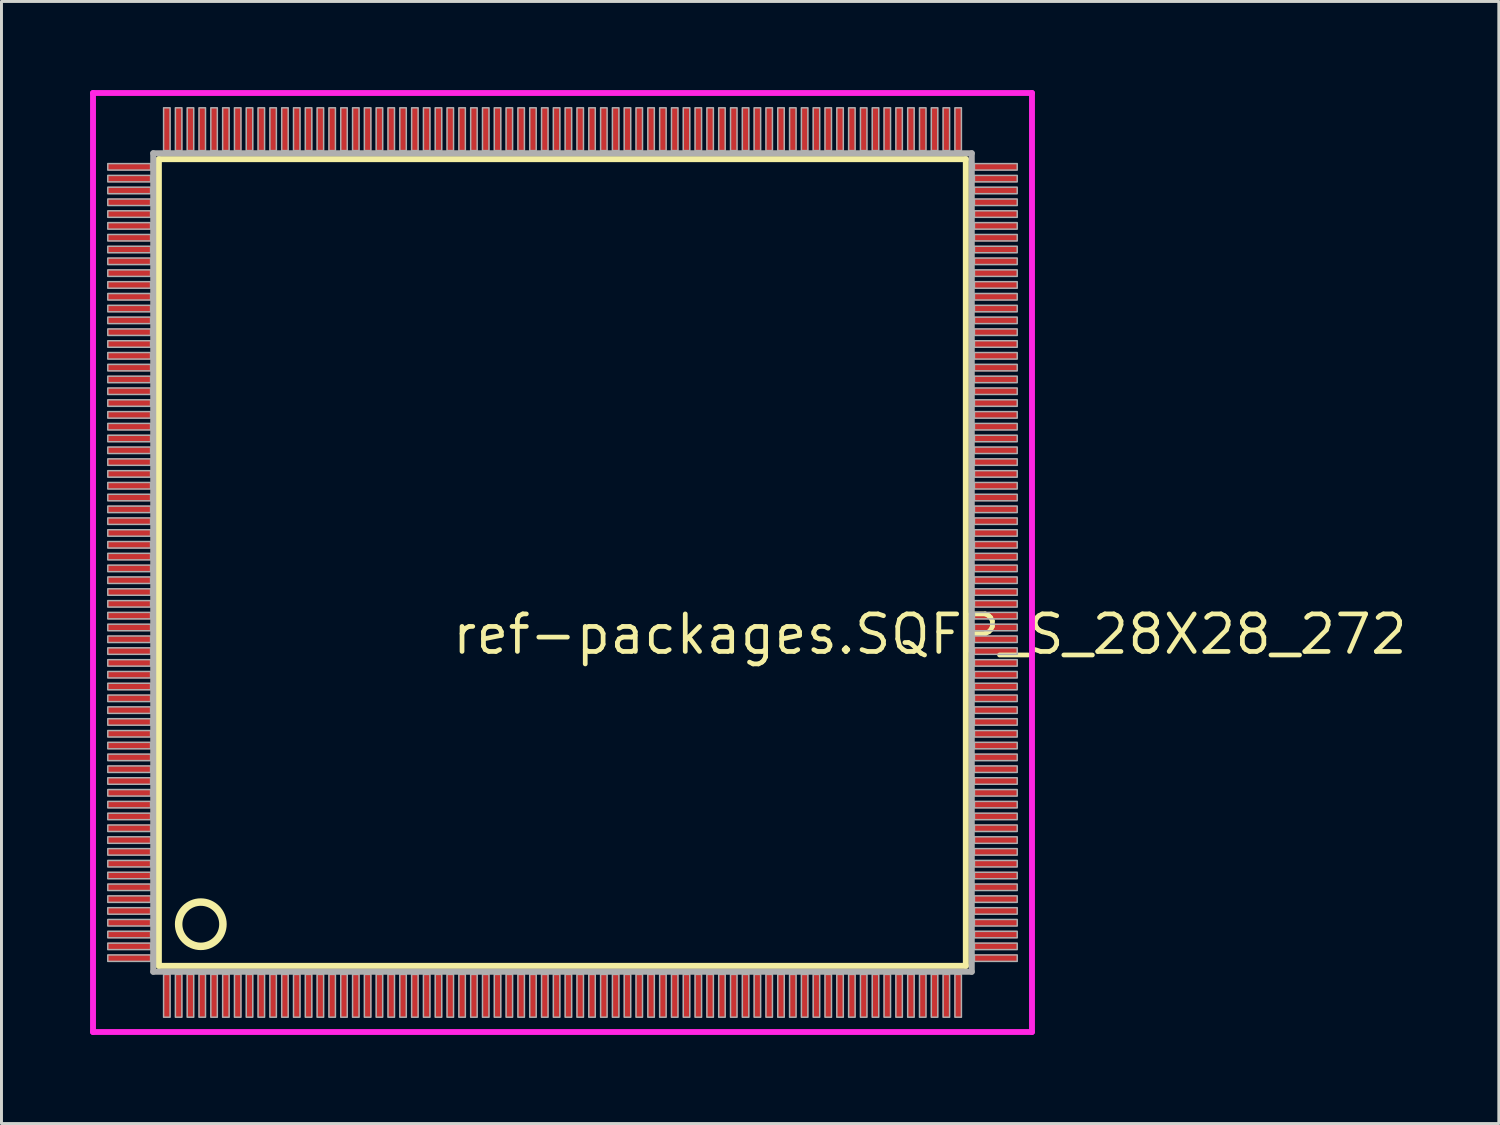
<source format=kicad_pcb>
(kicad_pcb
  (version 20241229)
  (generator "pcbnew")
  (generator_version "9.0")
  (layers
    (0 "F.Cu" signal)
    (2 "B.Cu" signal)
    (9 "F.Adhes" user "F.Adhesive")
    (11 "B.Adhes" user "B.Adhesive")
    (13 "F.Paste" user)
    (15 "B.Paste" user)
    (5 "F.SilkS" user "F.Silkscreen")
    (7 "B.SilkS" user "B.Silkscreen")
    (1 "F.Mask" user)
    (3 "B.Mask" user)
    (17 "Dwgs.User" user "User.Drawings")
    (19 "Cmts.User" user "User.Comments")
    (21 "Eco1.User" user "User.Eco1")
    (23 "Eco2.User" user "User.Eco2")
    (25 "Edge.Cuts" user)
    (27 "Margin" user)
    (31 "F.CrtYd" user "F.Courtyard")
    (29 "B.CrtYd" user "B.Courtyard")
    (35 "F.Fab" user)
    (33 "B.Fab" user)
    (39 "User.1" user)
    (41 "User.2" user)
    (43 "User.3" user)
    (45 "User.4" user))
  (footprint "ref-packages.SQFP_S_28X28_272"
    (layer "F.Cu")
    (at 16 16)
    (property "Reference" "ref-packages.SQFP_S_28X28_272" (at -3.81 3.175 0) (layer "F.SilkS") (effects (font (size 1.27 1.27) (thickness 0.16)) (justify left bottom)))
    (attr smd)
    (fp_line (start -13.67 -13.66) (end 13.66 -13.66) (stroke (width 0.203) (type default)) (layer "F.SilkS"))
    (fp_line (start -13.67 13.66) (end -13.67 -13.66) (stroke (width 0.203) (type default)) (layer "F.SilkS"))
    (fp_line (start 13.66 -13.66) (end 13.66 13.66) (stroke (width 0.203) (type default)) (layer "F.SilkS"))
    (fp_line (start 13.66 13.66) (end -13.67 13.66) (stroke (width 0.203) (type default)) (layer "F.SilkS"))
    (fp_circle (center -12.25 12.25) (end -11.5 12.25) (stroke (width 0.254) (type default)) (fill no) (layer "F.SilkS"))
    (fp_line (start -15.9 -15.9) (end 15.9 -15.9) (stroke (width 0.2) (type default)) (layer "F.CrtYd"))
    (fp_line (start -15.9 15.9) (end -15.9 -15.9) (stroke (width 0.2) (type default)) (layer "F.CrtYd"))
    (fp_line (start 15.9 -15.9) (end 15.9 15.9) (stroke (width 0.2) (type default)) (layer "F.CrtYd"))
    (fp_line (start 15.9 15.9) (end -15.9 15.9) (stroke (width 0.2) (type default)) (layer "F.CrtYd"))
    (fp_line (start -13.86 -13.86) (end -13.86 13.86) (stroke (width 0.203) (type default)) (layer "F.Fab"))
    (fp_line (start -13.86 13.86) (end 13.86 13.86) (stroke (width 0.203) (type default)) (layer "F.Fab"))
    (fp_line (start 13.86 -13.86) (end -13.86 -13.86) (stroke (width 0.203) (type default)) (layer "F.Fab"))
    (fp_line (start 13.86 13.86) (end 13.86 -13.86) (stroke (width 0.203) (type default)) (layer "F.Fab"))
    (fp_rect (start -15.4 -13.29) (end -13.95 -13.51) (stroke (width 0.05) (type default)) (fill no) (layer "F.Fab"))
    (fp_rect (start -15.4 -12.89) (end -13.95 -13.11) (stroke (width 0.05) (type default)) (fill no) (layer "F.Fab"))
    (fp_rect (start -15.4 -12.49) (end -13.95 -12.71) (stroke (width 0.05) (type default)) (fill no) (layer "F.Fab"))
    (fp_rect (start -15.4 -12.09) (end -13.95 -12.31) (stroke (width 0.05) (type default)) (fill no) (layer "F.Fab"))
    (fp_rect (start -15.4 -11.69) (end -13.95 -11.91) (stroke (width 0.05) (type default)) (fill no) (layer "F.Fab"))
    (fp_rect (start -15.4 -11.29) (end -13.95 -11.51) (stroke (width 0.05) (type default)) (fill no) (layer "F.Fab"))
    (fp_rect (start -15.4 -10.89) (end -13.95 -11.11) (stroke (width 0.05) (type default)) (fill no) (layer "F.Fab"))
    (fp_rect (start -15.4 -10.49) (end -13.95 -10.71) (stroke (width 0.05) (type default)) (fill no) (layer "F.Fab"))
    (fp_rect (start -15.4 -10.09) (end -13.95 -10.31) (stroke (width 0.05) (type default)) (fill no) (layer "F.Fab"))
    (fp_rect (start -15.4 -9.69) (end -13.95 -9.91) (stroke (width 0.05) (type default)) (fill no) (layer "F.Fab"))
    (fp_rect (start -15.4 -9.29) (end -13.95 -9.51) (stroke (width 0.05) (type default)) (fill no) (layer "F.Fab"))
    (fp_rect (start -15.4 -8.89) (end -13.95 -9.11) (stroke (width 0.05) (type default)) (fill no) (layer "F.Fab"))
    (fp_rect (start -15.4 -8.49) (end -13.95 -8.71) (stroke (width 0.05) (type default)) (fill no) (layer "F.Fab"))
    (fp_rect (start -15.4 -8.09) (end -13.95 -8.31) (stroke (width 0.05) (type default)) (fill no) (layer "F.Fab"))
    (fp_rect (start -15.4 -7.69) (end -13.95 -7.91) (stroke (width 0.05) (type default)) (fill no) (layer "F.Fab"))
    (fp_rect (start -15.4 -7.29) (end -13.95 -7.51) (stroke (width 0.05) (type default)) (fill no) (layer "F.Fab"))
    (fp_rect (start -15.4 -6.89) (end -13.95 -7.11) (stroke (width 0.05) (type default)) (fill no) (layer "F.Fab"))
    (fp_rect (start -15.4 -6.49) (end -13.95 -6.71) (stroke (width 0.05) (type default)) (fill no) (layer "F.Fab"))
    (fp_rect (start -15.4 -6.09) (end -13.95 -6.31) (stroke (width 0.05) (type default)) (fill no) (layer "F.Fab"))
    (fp_rect (start -15.4 -5.69) (end -13.95 -5.91) (stroke (width 0.05) (type default)) (fill no) (layer "F.Fab"))
    (fp_rect (start -15.4 -5.29) (end -13.95 -5.51) (stroke (width 0.05) (type default)) (fill no) (layer "F.Fab"))
    (fp_rect (start -15.4 -4.89) (end -13.95 -5.11) (stroke (width 0.05) (type default)) (fill no) (layer "F.Fab"))
    (fp_rect (start -15.4 -4.49) (end -13.95 -4.71) (stroke (width 0.05) (type default)) (fill no) (layer "F.Fab"))
    (fp_rect (start -15.4 -4.09) (end -13.95 -4.31) (stroke (width 0.05) (type default)) (fill no) (layer "F.Fab"))
    (fp_rect (start -15.4 -3.69) (end -13.95 -3.91) (stroke (width 0.05) (type default)) (fill no) (layer "F.Fab"))
    (fp_rect (start -15.4 -3.29) (end -13.95 -3.51) (stroke (width 0.05) (type default)) (fill no) (layer "F.Fab"))
    (fp_rect (start -15.4 -2.89) (end -13.95 -3.11) (stroke (width 0.05) (type default)) (fill no) (layer "F.Fab"))
    (fp_rect (start -15.4 -2.49) (end -13.95 -2.71) (stroke (width 0.05) (type default)) (fill no) (layer "F.Fab"))
    (fp_rect (start -15.4 -2.09) (end -13.95 -2.31) (stroke (width 0.05) (type default)) (fill no) (layer "F.Fab"))
    (fp_rect (start -15.4 -1.69) (end -13.95 -1.91) (stroke (width 0.05) (type default)) (fill no) (layer "F.Fab"))
    (fp_rect (start -15.4 -1.29) (end -13.95 -1.51) (stroke (width 0.05) (type default)) (fill no) (layer "F.Fab"))
    (fp_rect (start -15.4 -0.89) (end -13.95 -1.11) (stroke (width 0.05) (type default)) (fill no) (layer "F.Fab"))
    (fp_rect (start -15.4 -0.49) (end -13.95 -0.71) (stroke (width 0.05) (type default)) (fill no) (layer "F.Fab"))
    (fp_rect (start -15.4 -0.09) (end -13.95 -0.31) (stroke (width 0.05) (type default)) (fill no) (layer "F.Fab"))
    (fp_rect (start -15.4 0.31) (end -13.95 0.09) (stroke (width 0.05) (type default)) (fill no) (layer "F.Fab"))
    (fp_rect (start -15.4 0.71) (end -13.95 0.49) (stroke (width 0.05) (type default)) (fill no) (layer "F.Fab"))
    (fp_rect (start -15.4 1.11) (end -13.95 0.89) (stroke (width 0.05) (type default)) (fill no) (layer "F.Fab"))
    (fp_rect (start -15.4 1.51) (end -13.95 1.29) (stroke (width 0.05) (type default)) (fill no) (layer "F.Fab"))
    (fp_rect (start -15.4 1.91) (end -13.95 1.69) (stroke (width 0.05) (type default)) (fill no) (layer "F.Fab"))
    (fp_rect (start -15.4 2.31) (end -13.95 2.09) (stroke (width 0.05) (type default)) (fill no) (layer "F.Fab"))
    (fp_rect (start -15.4 2.71) (end -13.95 2.49) (stroke (width 0.05) (type default)) (fill no) (layer "F.Fab"))
    (fp_rect (start -15.4 3.11) (end -13.95 2.89) (stroke (width 0.05) (type default)) (fill no) (layer "F.Fab"))
    (fp_rect (start -15.4 3.51) (end -13.95 3.29) (stroke (width 0.05) (type default)) (fill no) (layer "F.Fab"))
    (fp_rect (start -15.4 3.91) (end -13.95 3.69) (stroke (width 0.05) (type default)) (fill no) (layer "F.Fab"))
    (fp_rect (start -15.4 4.31) (end -13.95 4.09) (stroke (width 0.05) (type default)) (fill no) (layer "F.Fab"))
    (fp_rect (start -15.4 4.71) (end -13.95 4.49) (stroke (width 0.05) (type default)) (fill no) (layer "F.Fab"))
    (fp_rect (start -15.4 5.11) (end -13.95 4.89) (stroke (width 0.05) (type default)) (fill no) (layer "F.Fab"))
    (fp_rect (start -15.4 5.51) (end -13.95 5.29) (stroke (width 0.05) (type default)) (fill no) (layer "F.Fab"))
    (fp_rect (start -15.4 5.91) (end -13.95 5.69) (stroke (width 0.05) (type default)) (fill no) (layer "F.Fab"))
    (fp_rect (start -15.4 6.31) (end -13.95 6.09) (stroke (width 0.05) (type default)) (fill no) (layer "F.Fab"))
    (fp_rect (start -15.4 6.71) (end -13.95 6.49) (stroke (width 0.05) (type default)) (fill no) (layer "F.Fab"))
    (fp_rect (start -15.4 7.11) (end -13.95 6.89) (stroke (width 0.05) (type default)) (fill no) (layer "F.Fab"))
    (fp_rect (start -15.4 7.51) (end -13.95 7.29) (stroke (width 0.05) (type default)) (fill no) (layer "F.Fab"))
    (fp_rect (start -15.4 7.91) (end -13.95 7.69) (stroke (width 0.05) (type default)) (fill no) (layer "F.Fab"))
    (fp_rect (start -15.4 8.31) (end -13.95 8.09) (stroke (width 0.05) (type default)) (fill no) (layer "F.Fab"))
    (fp_rect (start -15.4 8.71) (end -13.95 8.49) (stroke (width 0.05) (type default)) (fill no) (layer "F.Fab"))
    (fp_rect (start -15.4 9.11) (end -13.95 8.89) (stroke (width 0.05) (type default)) (fill no) (layer "F.Fab"))
    (fp_rect (start -15.4 9.51) (end -13.95 9.29) (stroke (width 0.05) (type default)) (fill no) (layer "F.Fab"))
    (fp_rect (start -15.4 9.91) (end -13.95 9.69) (stroke (width 0.05) (type default)) (fill no) (layer "F.Fab"))
    (fp_rect (start -15.4 10.31) (end -13.95 10.09) (stroke (width 0.05) (type default)) (fill no) (layer "F.Fab"))
    (fp_rect (start -15.4 10.71) (end -13.95 10.49) (stroke (width 0.05) (type default)) (fill no) (layer "F.Fab"))
    (fp_rect (start -15.4 11.11) (end -13.95 10.89) (stroke (width 0.05) (type default)) (fill no) (layer "F.Fab"))
    (fp_rect (start -15.4 11.51) (end -13.95 11.29) (stroke (width 0.05) (type default)) (fill no) (layer "F.Fab"))
    (fp_rect (start -15.4 11.91) (end -13.95 11.69) (stroke (width 0.05) (type default)) (fill no) (layer "F.Fab"))
    (fp_rect (start -15.4 12.31) (end -13.95 12.09) (stroke (width 0.05) (type default)) (fill no) (layer "F.Fab"))
    (fp_rect (start -15.4 12.71) (end -13.95 12.49) (stroke (width 0.05) (type default)) (fill no) (layer "F.Fab"))
    (fp_rect (start -15.4 13.11) (end -13.95 12.89) (stroke (width 0.05) (type default)) (fill no) (layer "F.Fab"))
    (fp_rect (start -15.4 13.51) (end -13.95 13.29) (stroke (width 0.05) (type default)) (fill no) (layer "F.Fab"))
    (fp_rect (start -13.51 -13.95) (end -13.29 -15.4) (stroke (width 0.05) (type default)) (fill no) (layer "F.Fab"))
    (fp_rect (start -13.51 15.4) (end -13.29 13.95) (stroke (width 0.05) (type default)) (fill no) (layer "F.Fab"))
    (fp_rect (start -13.11 -13.95) (end -12.89 -15.4) (stroke (width 0.05) (type default)) (fill no) (layer "F.Fab"))
    (fp_rect (start -13.11 15.4) (end -12.89 13.95) (stroke (width 0.05) (type default)) (fill no) (layer "F.Fab"))
    (fp_rect (start -12.71 -13.95) (end -12.49 -15.4) (stroke (width 0.05) (type default)) (fill no) (layer "F.Fab"))
    (fp_rect (start -12.71 15.4) (end -12.49 13.95) (stroke (width 0.05) (type default)) (fill no) (layer "F.Fab"))
    (fp_rect (start -12.31 -13.95) (end -12.09 -15.4) (stroke (width 0.05) (type default)) (fill no) (layer "F.Fab"))
    (fp_rect (start -12.31 15.4) (end -12.09 13.95) (stroke (width 0.05) (type default)) (fill no) (layer "F.Fab"))
    (fp_rect (start -11.91 -13.95) (end -11.69 -15.4) (stroke (width 0.05) (type default)) (fill no) (layer "F.Fab"))
    (fp_rect (start -11.91 15.4) (end -11.69 13.95) (stroke (width 0.05) (type default)) (fill no) (layer "F.Fab"))
    (fp_rect (start -11.51 -13.95) (end -11.29 -15.4) (stroke (width 0.05) (type default)) (fill no) (layer "F.Fab"))
    (fp_rect (start -11.51 15.4) (end -11.29 13.95) (stroke (width 0.05) (type default)) (fill no) (layer "F.Fab"))
    (fp_rect (start -11.11 -13.95) (end -10.89 -15.4) (stroke (width 0.05) (type default)) (fill no) (layer "F.Fab"))
    (fp_rect (start -11.11 15.4) (end -10.89 13.95) (stroke (width 0.05) (type default)) (fill no) (layer "F.Fab"))
    (fp_rect (start -10.71 -13.95) (end -10.49 -15.4) (stroke (width 0.05) (type default)) (fill no) (layer "F.Fab"))
    (fp_rect (start -10.71 15.4) (end -10.49 13.95) (stroke (width 0.05) (type default)) (fill no) (layer "F.Fab"))
    (fp_rect (start -10.31 -13.95) (end -10.09 -15.4) (stroke (width 0.05) (type default)) (fill no) (layer "F.Fab"))
    (fp_rect (start -10.31 15.4) (end -10.09 13.95) (stroke (width 0.05) (type default)) (fill no) (layer "F.Fab"))
    (fp_rect (start -9.91 -13.95) (end -9.69 -15.4) (stroke (width 0.05) (type default)) (fill no) (layer "F.Fab"))
    (fp_rect (start -9.91 15.4) (end -9.69 13.95) (stroke (width 0.05) (type default)) (fill no) (layer "F.Fab"))
    (fp_rect (start -9.51 -13.95) (end -9.29 -15.4) (stroke (width 0.05) (type default)) (fill no) (layer "F.Fab"))
    (fp_rect (start -9.51 15.4) (end -9.29 13.95) (stroke (width 0.05) (type default)) (fill no) (layer "F.Fab"))
    (fp_rect (start -9.11 -13.95) (end -8.89 -15.4) (stroke (width 0.05) (type default)) (fill no) (layer "F.Fab"))
    (fp_rect (start -9.11 15.4) (end -8.89 13.95) (stroke (width 0.05) (type default)) (fill no) (layer "F.Fab"))
    (fp_rect (start -8.71 -13.95) (end -8.49 -15.4) (stroke (width 0.05) (type default)) (fill no) (layer "F.Fab"))
    (fp_rect (start -8.71 15.4) (end -8.49 13.95) (stroke (width 0.05) (type default)) (fill no) (layer "F.Fab"))
    (fp_rect (start -8.31 -13.95) (end -8.09 -15.4) (stroke (width 0.05) (type default)) (fill no) (layer "F.Fab"))
    (fp_rect (start -8.31 15.4) (end -8.09 13.95) (stroke (width 0.05) (type default)) (fill no) (layer "F.Fab"))
    (fp_rect (start -7.91 -13.95) (end -7.69 -15.4) (stroke (width 0.05) (type default)) (fill no) (layer "F.Fab"))
    (fp_rect (start -7.91 15.4) (end -7.69 13.95) (stroke (width 0.05) (type default)) (fill no) (layer "F.Fab"))
    (fp_rect (start -7.51 -13.95) (end -7.29 -15.4) (stroke (width 0.05) (type default)) (fill no) (layer "F.Fab"))
    (fp_rect (start -7.51 15.4) (end -7.29 13.95) (stroke (width 0.05) (type default)) (fill no) (layer "F.Fab"))
    (fp_rect (start -7.11 -13.95) (end -6.89 -15.4) (stroke (width 0.05) (type default)) (fill no) (layer "F.Fab"))
    (fp_rect (start -7.11 15.4) (end -6.89 13.95) (stroke (width 0.05) (type default)) (fill no) (layer "F.Fab"))
    (fp_rect (start -6.71 -13.95) (end -6.49 -15.4) (stroke (width 0.05) (type default)) (fill no) (layer "F.Fab"))
    (fp_rect (start -6.71 15.4) (end -6.49 13.95) (stroke (width 0.05) (type default)) (fill no) (layer "F.Fab"))
    (fp_rect (start -6.31 -13.95) (end -6.09 -15.4) (stroke (width 0.05) (type default)) (fill no) (layer "F.Fab"))
    (fp_rect (start -6.31 15.4) (end -6.09 13.95) (stroke (width 0.05) (type default)) (fill no) (layer "F.Fab"))
    (fp_rect (start -5.91 -13.95) (end -5.69 -15.4) (stroke (width 0.05) (type default)) (fill no) (layer "F.Fab"))
    (fp_rect (start -5.91 15.4) (end -5.69 13.95) (stroke (width 0.05) (type default)) (fill no) (layer "F.Fab"))
    (fp_rect (start -5.51 -13.95) (end -5.29 -15.4) (stroke (width 0.05) (type default)) (fill no) (layer "F.Fab"))
    (fp_rect (start -5.51 15.4) (end -5.29 13.95) (stroke (width 0.05) (type default)) (fill no) (layer "F.Fab"))
    (fp_rect (start -5.11 -13.95) (end -4.89 -15.4) (stroke (width 0.05) (type default)) (fill no) (layer "F.Fab"))
    (fp_rect (start -5.11 15.4) (end -4.89 13.95) (stroke (width 0.05) (type default)) (fill no) (layer "F.Fab"))
    (fp_rect (start -4.71 -13.95) (end -4.49 -15.4) (stroke (width 0.05) (type default)) (fill no) (layer "F.Fab"))
    (fp_rect (start -4.71 15.4) (end -4.49 13.95) (stroke (width 0.05) (type default)) (fill no) (layer "F.Fab"))
    (fp_rect (start -4.31 -13.95) (end -4.09 -15.4) (stroke (width 0.05) (type default)) (fill no) (layer "F.Fab"))
    (fp_rect (start -4.31 15.4) (end -4.09 13.95) (stroke (width 0.05) (type default)) (fill no) (layer "F.Fab"))
    (fp_rect (start -3.91 -13.95) (end -3.69 -15.4) (stroke (width 0.05) (type default)) (fill no) (layer "F.Fab"))
    (fp_rect (start -3.91 15.4) (end -3.69 13.95) (stroke (width 0.05) (type default)) (fill no) (layer "F.Fab"))
    (fp_rect (start -3.51 -13.95) (end -3.29 -15.4) (stroke (width 0.05) (type default)) (fill no) (layer "F.Fab"))
    (fp_rect (start -3.51 15.4) (end -3.29 13.95) (stroke (width 0.05) (type default)) (fill no) (layer "F.Fab"))
    (fp_rect (start -3.11 -13.95) (end -2.89 -15.4) (stroke (width 0.05) (type default)) (fill no) (layer "F.Fab"))
    (fp_rect (start -3.11 15.4) (end -2.89 13.95) (stroke (width 0.05) (type default)) (fill no) (layer "F.Fab"))
    (fp_rect (start -2.71 -13.95) (end -2.49 -15.4) (stroke (width 0.05) (type default)) (fill no) (layer "F.Fab"))
    (fp_rect (start -2.71 15.4) (end -2.49 13.95) (stroke (width 0.05) (type default)) (fill no) (layer "F.Fab"))
    (fp_rect (start -2.31 -13.95) (end -2.09 -15.4) (stroke (width 0.05) (type default)) (fill no) (layer "F.Fab"))
    (fp_rect (start -2.31 15.4) (end -2.09 13.95) (stroke (width 0.05) (type default)) (fill no) (layer "F.Fab"))
    (fp_rect (start -1.91 -13.95) (end -1.69 -15.4) (stroke (width 0.05) (type default)) (fill no) (layer "F.Fab"))
    (fp_rect (start -1.91 15.4) (end -1.69 13.95) (stroke (width 0.05) (type default)) (fill no) (layer "F.Fab"))
    (fp_rect (start -1.51 -13.95) (end -1.29 -15.4) (stroke (width 0.05) (type default)) (fill no) (layer "F.Fab"))
    (fp_rect (start -1.51 15.4) (end -1.29 13.95) (stroke (width 0.05) (type default)) (fill no) (layer "F.Fab"))
    (fp_rect (start -1.11 -13.95) (end -0.89 -15.4) (stroke (width 0.05) (type default)) (fill no) (layer "F.Fab"))
    (fp_rect (start -1.11 15.4) (end -0.89 13.95) (stroke (width 0.05) (type default)) (fill no) (layer "F.Fab"))
    (fp_rect (start -0.71 -13.95) (end -0.49 -15.4) (stroke (width 0.05) (type default)) (fill no) (layer "F.Fab"))
    (fp_rect (start -0.71 15.4) (end -0.49 13.95) (stroke (width 0.05) (type default)) (fill no) (layer "F.Fab"))
    (fp_rect (start -0.31 -13.95) (end -0.09 -15.4) (stroke (width 0.05) (type default)) (fill no) (layer "F.Fab"))
    (fp_rect (start -0.31 15.4) (end -0.09 13.95) (stroke (width 0.05) (type default)) (fill no) (layer "F.Fab"))
    (fp_rect (start 0.09 -13.95) (end 0.31 -15.4) (stroke (width 0.05) (type default)) (fill no) (layer "F.Fab"))
    (fp_rect (start 0.09 15.4) (end 0.31 13.95) (stroke (width 0.05) (type default)) (fill no) (layer "F.Fab"))
    (fp_rect (start 0.49 -13.95) (end 0.71 -15.4) (stroke (width 0.05) (type default)) (fill no) (layer "F.Fab"))
    (fp_rect (start 0.49 15.4) (end 0.71 13.95) (stroke (width 0.05) (type default)) (fill no) (layer "F.Fab"))
    (fp_rect (start 0.89 -13.95) (end 1.11 -15.4) (stroke (width 0.05) (type default)) (fill no) (layer "F.Fab"))
    (fp_rect (start 0.89 15.4) (end 1.11 13.95) (stroke (width 0.05) (type default)) (fill no) (layer "F.Fab"))
    (fp_rect (start 1.29 -13.95) (end 1.51 -15.4) (stroke (width 0.05) (type default)) (fill no) (layer "F.Fab"))
    (fp_rect (start 1.29 15.4) (end 1.51 13.95) (stroke (width 0.05) (type default)) (fill no) (layer "F.Fab"))
    (fp_rect (start 1.69 -13.95) (end 1.91 -15.4) (stroke (width 0.05) (type default)) (fill no) (layer "F.Fab"))
    (fp_rect (start 1.69 15.4) (end 1.91 13.95) (stroke (width 0.05) (type default)) (fill no) (layer "F.Fab"))
    (fp_rect (start 2.09 -13.95) (end 2.31 -15.4) (stroke (width 0.05) (type default)) (fill no) (layer "F.Fab"))
    (fp_rect (start 2.09 15.4) (end 2.31 13.95) (stroke (width 0.05) (type default)) (fill no) (layer "F.Fab"))
    (fp_rect (start 2.49 -13.95) (end 2.71 -15.4) (stroke (width 0.05) (type default)) (fill no) (layer "F.Fab"))
    (fp_rect (start 2.49 15.4) (end 2.71 13.95) (stroke (width 0.05) (type default)) (fill no) (layer "F.Fab"))
    (fp_rect (start 2.89 -13.95) (end 3.11 -15.4) (stroke (width 0.05) (type default)) (fill no) (layer "F.Fab"))
    (fp_rect (start 2.89 15.4) (end 3.11 13.95) (stroke (width 0.05) (type default)) (fill no) (layer "F.Fab"))
    (fp_rect (start 3.29 -13.95) (end 3.51 -15.4) (stroke (width 0.05) (type default)) (fill no) (layer "F.Fab"))
    (fp_rect (start 3.29 15.4) (end 3.51 13.95) (stroke (width 0.05) (type default)) (fill no) (layer "F.Fab"))
    (fp_rect (start 3.69 -13.95) (end 3.91 -15.4) (stroke (width 0.05) (type default)) (fill no) (layer "F.Fab"))
    (fp_rect (start 3.69 15.4) (end 3.91 13.95) (stroke (width 0.05) (type default)) (fill no) (layer "F.Fab"))
    (fp_rect (start 4.09 -13.95) (end 4.31 -15.4) (stroke (width 0.05) (type default)) (fill no) (layer "F.Fab"))
    (fp_rect (start 4.09 15.4) (end 4.31 13.95) (stroke (width 0.05) (type default)) (fill no) (layer "F.Fab"))
    (fp_rect (start 4.49 -13.95) (end 4.71 -15.4) (stroke (width 0.05) (type default)) (fill no) (layer "F.Fab"))
    (fp_rect (start 4.49 15.4) (end 4.71 13.95) (stroke (width 0.05) (type default)) (fill no) (layer "F.Fab"))
    (fp_rect (start 4.89 -13.95) (end 5.11 -15.4) (stroke (width 0.05) (type default)) (fill no) (layer "F.Fab"))
    (fp_rect (start 4.89 15.4) (end 5.11 13.95) (stroke (width 0.05) (type default)) (fill no) (layer "F.Fab"))
    (fp_rect (start 5.29 -13.95) (end 5.51 -15.4) (stroke (width 0.05) (type default)) (fill no) (layer "F.Fab"))
    (fp_rect (start 5.29 15.4) (end 5.51 13.95) (stroke (width 0.05) (type default)) (fill no) (layer "F.Fab"))
    (fp_rect (start 5.69 -13.95) (end 5.91 -15.4) (stroke (width 0.05) (type default)) (fill no) (layer "F.Fab"))
    (fp_rect (start 5.69 15.4) (end 5.91 13.95) (stroke (width 0.05) (type default)) (fill no) (layer "F.Fab"))
    (fp_rect (start 6.09 -13.95) (end 6.31 -15.4) (stroke (width 0.05) (type default)) (fill no) (layer "F.Fab"))
    (fp_rect (start 6.09 15.4) (end 6.31 13.95) (stroke (width 0.05) (type default)) (fill no) (layer "F.Fab"))
    (fp_rect (start 6.49 -13.95) (end 6.71 -15.4) (stroke (width 0.05) (type default)) (fill no) (layer "F.Fab"))
    (fp_rect (start 6.49 15.4) (end 6.71 13.95) (stroke (width 0.05) (type default)) (fill no) (layer "F.Fab"))
    (fp_rect (start 6.89 -13.95) (end 7.11 -15.4) (stroke (width 0.05) (type default)) (fill no) (layer "F.Fab"))
    (fp_rect (start 6.89 15.4) (end 7.11 13.95) (stroke (width 0.05) (type default)) (fill no) (layer "F.Fab"))
    (fp_rect (start 7.29 -13.95) (end 7.51 -15.4) (stroke (width 0.05) (type default)) (fill no) (layer "F.Fab"))
    (fp_rect (start 7.29 15.4) (end 7.51 13.95) (stroke (width 0.05) (type default)) (fill no) (layer "F.Fab"))
    (fp_rect (start 7.69 -13.95) (end 7.91 -15.4) (stroke (width 0.05) (type default)) (fill no) (layer "F.Fab"))
    (fp_rect (start 7.69 15.4) (end 7.91 13.95) (stroke (width 0.05) (type default)) (fill no) (layer "F.Fab"))
    (fp_rect (start 8.09 -13.95) (end 8.31 -15.4) (stroke (width 0.05) (type default)) (fill no) (layer "F.Fab"))
    (fp_rect (start 8.09 15.4) (end 8.31 13.95) (stroke (width 0.05) (type default)) (fill no) (layer "F.Fab"))
    (fp_rect (start 8.49 -13.95) (end 8.71 -15.4) (stroke (width 0.05) (type default)) (fill no) (layer "F.Fab"))
    (fp_rect (start 8.49 15.4) (end 8.71 13.95) (stroke (width 0.05) (type default)) (fill no) (layer "F.Fab"))
    (fp_rect (start 8.89 -13.95) (end 9.11 -15.4) (stroke (width 0.05) (type default)) (fill no) (layer "F.Fab"))
    (fp_rect (start 8.89 15.4) (end 9.11 13.95) (stroke (width 0.05) (type default)) (fill no) (layer "F.Fab"))
    (fp_rect (start 9.29 -13.95) (end 9.51 -15.4) (stroke (width 0.05) (type default)) (fill no) (layer "F.Fab"))
    (fp_rect (start 9.29 15.4) (end 9.51 13.95) (stroke (width 0.05) (type default)) (fill no) (layer "F.Fab"))
    (fp_rect (start 9.69 -13.95) (end 9.91 -15.4) (stroke (width 0.05) (type default)) (fill no) (layer "F.Fab"))
    (fp_rect (start 9.69 15.4) (end 9.91 13.95) (stroke (width 0.05) (type default)) (fill no) (layer "F.Fab"))
    (fp_rect (start 10.09 -13.95) (end 10.31 -15.4) (stroke (width 0.05) (type default)) (fill no) (layer "F.Fab"))
    (fp_rect (start 10.09 15.4) (end 10.31 13.95) (stroke (width 0.05) (type default)) (fill no) (layer "F.Fab"))
    (fp_rect (start 10.49 -13.95) (end 10.71 -15.4) (stroke (width 0.05) (type default)) (fill no) (layer "F.Fab"))
    (fp_rect (start 10.49 15.4) (end 10.71 13.95) (stroke (width 0.05) (type default)) (fill no) (layer "F.Fab"))
    (fp_rect (start 10.89 -13.95) (end 11.11 -15.4) (stroke (width 0.05) (type default)) (fill no) (layer "F.Fab"))
    (fp_rect (start 10.89 15.4) (end 11.11 13.95) (stroke (width 0.05) (type default)) (fill no) (layer "F.Fab"))
    (fp_rect (start 11.29 -13.95) (end 11.51 -15.4) (stroke (width 0.05) (type default)) (fill no) (layer "F.Fab"))
    (fp_rect (start 11.29 15.4) (end 11.51 13.95) (stroke (width 0.05) (type default)) (fill no) (layer "F.Fab"))
    (fp_rect (start 11.69 -13.95) (end 11.91 -15.4) (stroke (width 0.05) (type default)) (fill no) (layer "F.Fab"))
    (fp_rect (start 11.69 15.4) (end 11.91 13.95) (stroke (width 0.05) (type default)) (fill no) (layer "F.Fab"))
    (fp_rect (start 12.09 -13.95) (end 12.31 -15.4) (stroke (width 0.05) (type default)) (fill no) (layer "F.Fab"))
    (fp_rect (start 12.09 15.4) (end 12.31 13.95) (stroke (width 0.05) (type default)) (fill no) (layer "F.Fab"))
    (fp_rect (start 12.49 -13.95) (end 12.71 -15.4) (stroke (width 0.05) (type default)) (fill no) (layer "F.Fab"))
    (fp_rect (start 12.49 15.4) (end 12.71 13.95) (stroke (width 0.05) (type default)) (fill no) (layer "F.Fab"))
    (fp_rect (start 12.89 -13.95) (end 13.11 -15.4) (stroke (width 0.05) (type default)) (fill no) (layer "F.Fab"))
    (fp_rect (start 12.89 15.4) (end 13.11 13.95) (stroke (width 0.05) (type default)) (fill no) (layer "F.Fab"))
    (fp_rect (start 13.29 -13.95) (end 13.51 -15.4) (stroke (width 0.05) (type default)) (fill no) (layer "F.Fab"))
    (fp_rect (start 13.29 15.4) (end 13.51 13.95) (stroke (width 0.05) (type default)) (fill no) (layer "F.Fab"))
    (fp_rect (start 13.95 -13.29) (end 15.4 -13.51) (stroke (width 0.05) (type default)) (fill no) (layer "F.Fab"))
    (fp_rect (start 13.95 -12.89) (end 15.4 -13.11) (stroke (width 0.05) (type default)) (fill no) (layer "F.Fab"))
    (fp_rect (start 13.95 -12.49) (end 15.4 -12.71) (stroke (width 0.05) (type default)) (fill no) (layer "F.Fab"))
    (fp_rect (start 13.95 -12.09) (end 15.4 -12.31) (stroke (width 0.05) (type default)) (fill no) (layer "F.Fab"))
    (fp_rect (start 13.95 -11.69) (end 15.4 -11.91) (stroke (width 0.05) (type default)) (fill no) (layer "F.Fab"))
    (fp_rect (start 13.95 -11.29) (end 15.4 -11.51) (stroke (width 0.05) (type default)) (fill no) (layer "F.Fab"))
    (fp_rect (start 13.95 -10.89) (end 15.4 -11.11) (stroke (width 0.05) (type default)) (fill no) (layer "F.Fab"))
    (fp_rect (start 13.95 -10.49) (end 15.4 -10.71) (stroke (width 0.05) (type default)) (fill no) (layer "F.Fab"))
    (fp_rect (start 13.95 -10.09) (end 15.4 -10.31) (stroke (width 0.05) (type default)) (fill no) (layer "F.Fab"))
    (fp_rect (start 13.95 -9.69) (end 15.4 -9.91) (stroke (width 0.05) (type default)) (fill no) (layer "F.Fab"))
    (fp_rect (start 13.95 -9.29) (end 15.4 -9.51) (stroke (width 0.05) (type default)) (fill no) (layer "F.Fab"))
    (fp_rect (start 13.95 -8.89) (end 15.4 -9.11) (stroke (width 0.05) (type default)) (fill no) (layer "F.Fab"))
    (fp_rect (start 13.95 -8.49) (end 15.4 -8.71) (stroke (width 0.05) (type default)) (fill no) (layer "F.Fab"))
    (fp_rect (start 13.95 -8.09) (end 15.4 -8.31) (stroke (width 0.05) (type default)) (fill no) (layer "F.Fab"))
    (fp_rect (start 13.95 -7.69) (end 15.4 -7.91) (stroke (width 0.05) (type default)) (fill no) (layer "F.Fab"))
    (fp_rect (start 13.95 -7.29) (end 15.4 -7.51) (stroke (width 0.05) (type default)) (fill no) (layer "F.Fab"))
    (fp_rect (start 13.95 -6.89) (end 15.4 -7.11) (stroke (width 0.05) (type default)) (fill no) (layer "F.Fab"))
    (fp_rect (start 13.95 -6.49) (end 15.4 -6.71) (stroke (width 0.05) (type default)) (fill no) (layer "F.Fab"))
    (fp_rect (start 13.95 -6.09) (end 15.4 -6.31) (stroke (width 0.05) (type default)) (fill no) (layer "F.Fab"))
    (fp_rect (start 13.95 -5.69) (end 15.4 -5.91) (stroke (width 0.05) (type default)) (fill no) (layer "F.Fab"))
    (fp_rect (start 13.95 -5.29) (end 15.4 -5.51) (stroke (width 0.05) (type default)) (fill no) (layer "F.Fab"))
    (fp_rect (start 13.95 -4.89) (end 15.4 -5.11) (stroke (width 0.05) (type default)) (fill no) (layer "F.Fab"))
    (fp_rect (start 13.95 -4.49) (end 15.4 -4.71) (stroke (width 0.05) (type default)) (fill no) (layer "F.Fab"))
    (fp_rect (start 13.95 -4.09) (end 15.4 -4.31) (stroke (width 0.05) (type default)) (fill no) (layer "F.Fab"))
    (fp_rect (start 13.95 -3.69) (end 15.4 -3.91) (stroke (width 0.05) (type default)) (fill no) (layer "F.Fab"))
    (fp_rect (start 13.95 -3.29) (end 15.4 -3.51) (stroke (width 0.05) (type default)) (fill no) (layer "F.Fab"))
    (fp_rect (start 13.95 -2.89) (end 15.4 -3.11) (stroke (width 0.05) (type default)) (fill no) (layer "F.Fab"))
    (fp_rect (start 13.95 -2.49) (end 15.4 -2.71) (stroke (width 0.05) (type default)) (fill no) (layer "F.Fab"))
    (fp_rect (start 13.95 -2.09) (end 15.4 -2.31) (stroke (width 0.05) (type default)) (fill no) (layer "F.Fab"))
    (fp_rect (start 13.95 -1.69) (end 15.4 -1.91) (stroke (width 0.05) (type default)) (fill no) (layer "F.Fab"))
    (fp_rect (start 13.95 -1.29) (end 15.4 -1.51) (stroke (width 0.05) (type default)) (fill no) (layer "F.Fab"))
    (fp_rect (start 13.95 -0.89) (end 15.4 -1.11) (stroke (width 0.05) (type default)) (fill no) (layer "F.Fab"))
    (fp_rect (start 13.95 -0.49) (end 15.4 -0.71) (stroke (width 0.05) (type default)) (fill no) (layer "F.Fab"))
    (fp_rect (start 13.95 -0.09) (end 15.4 -0.31) (stroke (width 0.05) (type default)) (fill no) (layer "F.Fab"))
    (fp_rect (start 13.95 0.31) (end 15.4 0.09) (stroke (width 0.05) (type default)) (fill no) (layer "F.Fab"))
    (fp_rect (start 13.95 0.71) (end 15.4 0.49) (stroke (width 0.05) (type default)) (fill no) (layer "F.Fab"))
    (fp_rect (start 13.95 1.11) (end 15.4 0.89) (stroke (width 0.05) (type default)) (fill no) (layer "F.Fab"))
    (fp_rect (start 13.95 1.51) (end 15.4 1.29) (stroke (width 0.05) (type default)) (fill no) (layer "F.Fab"))
    (fp_rect (start 13.95 1.91) (end 15.4 1.69) (stroke (width 0.05) (type default)) (fill no) (layer "F.Fab"))
    (fp_rect (start 13.95 2.31) (end 15.4 2.09) (stroke (width 0.05) (type default)) (fill no) (layer "F.Fab"))
    (fp_rect (start 13.95 2.71) (end 15.4 2.49) (stroke (width 0.05) (type default)) (fill no) (layer "F.Fab"))
    (fp_rect (start 13.95 3.11) (end 15.4 2.89) (stroke (width 0.05) (type default)) (fill no) (layer "F.Fab"))
    (fp_rect (start 13.95 3.51) (end 15.4 3.29) (stroke (width 0.05) (type default)) (fill no) (layer "F.Fab"))
    (fp_rect (start 13.95 3.91) (end 15.4 3.69) (stroke (width 0.05) (type default)) (fill no) (layer "F.Fab"))
    (fp_rect (start 13.95 4.31) (end 15.4 4.09) (stroke (width 0.05) (type default)) (fill no) (layer "F.Fab"))
    (fp_rect (start 13.95 4.71) (end 15.4 4.49) (stroke (width 0.05) (type default)) (fill no) (layer "F.Fab"))
    (fp_rect (start 13.95 5.11) (end 15.4 4.89) (stroke (width 0.05) (type default)) (fill no) (layer "F.Fab"))
    (fp_rect (start 13.95 5.51) (end 15.4 5.29) (stroke (width 0.05) (type default)) (fill no) (layer "F.Fab"))
    (fp_rect (start 13.95 5.91) (end 15.4 5.69) (stroke (width 0.05) (type default)) (fill no) (layer "F.Fab"))
    (fp_rect (start 13.95 6.31) (end 15.4 6.09) (stroke (width 0.05) (type default)) (fill no) (layer "F.Fab"))
    (fp_rect (start 13.95 6.71) (end 15.4 6.49) (stroke (width 0.05) (type default)) (fill no) (layer "F.Fab"))
    (fp_rect (start 13.95 7.11) (end 15.4 6.89) (stroke (width 0.05) (type default)) (fill no) (layer "F.Fab"))
    (fp_rect (start 13.95 7.51) (end 15.4 7.29) (stroke (width 0.05) (type default)) (fill no) (layer "F.Fab"))
    (fp_rect (start 13.95 7.91) (end 15.4 7.69) (stroke (width 0.05) (type default)) (fill no) (layer "F.Fab"))
    (fp_rect (start 13.95 8.31) (end 15.4 8.09) (stroke (width 0.05) (type default)) (fill no) (layer "F.Fab"))
    (fp_rect (start 13.95 8.71) (end 15.4 8.49) (stroke (width 0.05) (type default)) (fill no) (layer "F.Fab"))
    (fp_rect (start 13.95 9.11) (end 15.4 8.89) (stroke (width 0.05) (type default)) (fill no) (layer "F.Fab"))
    (fp_rect (start 13.95 9.51) (end 15.4 9.29) (stroke (width 0.05) (type default)) (fill no) (layer "F.Fab"))
    (fp_rect (start 13.95 9.91) (end 15.4 9.69) (stroke (width 0.05) (type default)) (fill no) (layer "F.Fab"))
    (fp_rect (start 13.95 10.31) (end 15.4 10.09) (stroke (width 0.05) (type default)) (fill no) (layer "F.Fab"))
    (fp_rect (start 13.95 10.71) (end 15.4 10.49) (stroke (width 0.05) (type default)) (fill no) (layer "F.Fab"))
    (fp_rect (start 13.95 11.11) (end 15.4 10.89) (stroke (width 0.05) (type default)) (fill no) (layer "F.Fab"))
    (fp_rect (start 13.95 11.51) (end 15.4 11.29) (stroke (width 0.05) (type default)) (fill no) (layer "F.Fab"))
    (fp_rect (start 13.95 11.91) (end 15.4 11.69) (stroke (width 0.05) (type default)) (fill no) (layer "F.Fab"))
    (fp_rect (start 13.95 12.31) (end 15.4 12.09) (stroke (width 0.05) (type default)) (fill no) (layer "F.Fab"))
    (fp_rect (start 13.95 12.71) (end 15.4 12.49) (stroke (width 0.05) (type default)) (fill no) (layer "F.Fab"))
    (fp_rect (start 13.95 13.11) (end 15.4 12.89) (stroke (width 0.05) (type default)) (fill no) (layer "F.Fab"))
    (fp_rect (start 13.95 13.51) (end 15.4 13.29) (stroke (width 0.05) (type default)) (fill no) (layer "F.Fab"))
    (pad "1" smd roundrect (at -13.4 14.6) (size 0.25 1.6) (layers "F.Cu" "F.Mask" "F.Paste") (roundrect_rratio 0.01))
    (pad "2" smd roundrect (at -13 14.6) (size 0.25 1.6) (layers "F.Cu" "F.Mask" "F.Paste") (roundrect_rratio 0.01))
    (pad "3" smd roundrect (at -12.6 14.6) (size 0.25 1.6) (layers "F.Cu" "F.Mask" "F.Paste") (roundrect_rratio 0.01))
    (pad "4" smd roundrect (at -12.2 14.6) (size 0.25 1.6) (layers "F.Cu" "F.Mask" "F.Paste") (roundrect_rratio 0.01))
    (pad "5" smd roundrect (at -11.8 14.6) (size 0.25 1.6) (layers "F.Cu" "F.Mask" "F.Paste") (roundrect_rratio 0.01))
    (pad "6" smd roundrect (at -11.4 14.6) (size 0.25 1.6) (layers "F.Cu" "F.Mask" "F.Paste") (roundrect_rratio 0.01))
    (pad "7" smd roundrect (at -11 14.6) (size 0.25 1.6) (layers "F.Cu" "F.Mask" "F.Paste") (roundrect_rratio 0.01))
    (pad "8" smd roundrect (at -10.6 14.6) (size 0.25 1.6) (layers "F.Cu" "F.Mask" "F.Paste") (roundrect_rratio 0.01))
    (pad "9" smd roundrect (at -10.2 14.6) (size 0.25 1.6) (layers "F.Cu" "F.Mask" "F.Paste") (roundrect_rratio 0.01))
    (pad "10" smd roundrect (at -9.8 14.6) (size 0.25 1.6) (layers "F.Cu" "F.Mask" "F.Paste") (roundrect_rratio 0.01))
    (pad "11" smd roundrect (at -9.4 14.6) (size 0.25 1.6) (layers "F.Cu" "F.Mask" "F.Paste") (roundrect_rratio 0.01))
    (pad "12" smd roundrect (at -9 14.6) (size 0.25 1.6) (layers "F.Cu" "F.Mask" "F.Paste") (roundrect_rratio 0.01))
    (pad "13" smd roundrect (at -8.6 14.6) (size 0.25 1.6) (layers "F.Cu" "F.Mask" "F.Paste") (roundrect_rratio 0.01))
    (pad "14" smd roundrect (at -8.2 14.6) (size 0.25 1.6) (layers "F.Cu" "F.Mask" "F.Paste") (roundrect_rratio 0.01))
    (pad "15" smd roundrect (at -7.8 14.6) (size 0.25 1.6) (layers "F.Cu" "F.Mask" "F.Paste") (roundrect_rratio 0.01))
    (pad "16" smd roundrect (at -7.4 14.6) (size 0.25 1.6) (layers "F.Cu" "F.Mask" "F.Paste") (roundrect_rratio 0.01))
    (pad "17" smd roundrect (at -7 14.6) (size 0.25 1.6) (layers "F.Cu" "F.Mask" "F.Paste") (roundrect_rratio 0.01))
    (pad "18" smd roundrect (at -6.6 14.6) (size 0.25 1.6) (layers "F.Cu" "F.Mask" "F.Paste") (roundrect_rratio 0.01))
    (pad "19" smd roundrect (at -6.2 14.6) (size 0.25 1.6) (layers "F.Cu" "F.Mask" "F.Paste") (roundrect_rratio 0.01))
    (pad "20" smd roundrect (at -5.8 14.6) (size 0.25 1.6) (layers "F.Cu" "F.Mask" "F.Paste") (roundrect_rratio 0.01))
    (pad "21" smd roundrect (at -5.4 14.6) (size 0.25 1.6) (layers "F.Cu" "F.Mask" "F.Paste") (roundrect_rratio 0.01))
    (pad "22" smd roundrect (at -5 14.6) (size 0.25 1.6) (layers "F.Cu" "F.Mask" "F.Paste") (roundrect_rratio 0.01))
    (pad "23" smd roundrect (at -4.6 14.6) (size 0.25 1.6) (layers "F.Cu" "F.Mask" "F.Paste") (roundrect_rratio 0.01))
    (pad "24" smd roundrect (at -4.2 14.6) (size 0.25 1.6) (layers "F.Cu" "F.Mask" "F.Paste") (roundrect_rratio 0.01))
    (pad "25" smd roundrect (at -3.8 14.6) (size 0.25 1.6) (layers "F.Cu" "F.Mask" "F.Paste") (roundrect_rratio 0.01))
    (pad "26" smd roundrect (at -3.4 14.6) (size 0.25 1.6) (layers "F.Cu" "F.Mask" "F.Paste") (roundrect_rratio 0.01))
    (pad "27" smd roundrect (at -3 14.6) (size 0.25 1.6) (layers "F.Cu" "F.Mask" "F.Paste") (roundrect_rratio 0.01))
    (pad "28" smd roundrect (at -2.6 14.6) (size 0.25 1.6) (layers "F.Cu" "F.Mask" "F.Paste") (roundrect_rratio 0.01))
    (pad "29" smd roundrect (at -2.2 14.6) (size 0.25 1.6) (layers "F.Cu" "F.Mask" "F.Paste") (roundrect_rratio 0.01))
    (pad "30" smd roundrect (at -1.8 14.6) (size 0.25 1.6) (layers "F.Cu" "F.Mask" "F.Paste") (roundrect_rratio 0.01))
    (pad "31" smd roundrect (at -1.4 14.6) (size 0.25 1.6) (layers "F.Cu" "F.Mask" "F.Paste") (roundrect_rratio 0.01))
    (pad "32" smd roundrect (at -1 14.6) (size 0.25 1.6) (layers "F.Cu" "F.Mask" "F.Paste") (roundrect_rratio 0.01))
    (pad "33" smd roundrect (at -0.6 14.6) (size 0.25 1.6) (layers "F.Cu" "F.Mask" "F.Paste") (roundrect_rratio 0.01))
    (pad "34" smd roundrect (at -0.2 14.6) (size 0.25 1.6) (layers "F.Cu" "F.Mask" "F.Paste") (roundrect_rratio 0.01))
    (pad "35" smd roundrect (at 0.2 14.6) (size 0.25 1.6) (layers "F.Cu" "F.Mask" "F.Paste") (roundrect_rratio 0.01))
    (pad "36" smd roundrect (at 0.6 14.6) (size 0.25 1.6) (layers "F.Cu" "F.Mask" "F.Paste") (roundrect_rratio 0.01))
    (pad "37" smd roundrect (at 1 14.6) (size 0.25 1.6) (layers "F.Cu" "F.Mask" "F.Paste") (roundrect_rratio 0.01))
    (pad "38" smd roundrect (at 1.4 14.6) (size 0.25 1.6) (layers "F.Cu" "F.Mask" "F.Paste") (roundrect_rratio 0.01))
    (pad "39" smd roundrect (at 1.8 14.6) (size 0.25 1.6) (layers "F.Cu" "F.Mask" "F.Paste") (roundrect_rratio 0.01))
    (pad "40" smd roundrect (at 2.2 14.6) (size 0.25 1.6) (layers "F.Cu" "F.Mask" "F.Paste") (roundrect_rratio 0.01))
    (pad "41" smd roundrect (at 2.6 14.6) (size 0.25 1.6) (layers "F.Cu" "F.Mask" "F.Paste") (roundrect_rratio 0.01))
    (pad "42" smd roundrect (at 3 14.6) (size 0.25 1.6) (layers "F.Cu" "F.Mask" "F.Paste") (roundrect_rratio 0.01))
    (pad "43" smd roundrect (at 3.4 14.6) (size 0.25 1.6) (layers "F.Cu" "F.Mask" "F.Paste") (roundrect_rratio 0.01))
    (pad "44" smd roundrect (at 3.8 14.6) (size 0.25 1.6) (layers "F.Cu" "F.Mask" "F.Paste") (roundrect_rratio 0.01))
    (pad "45" smd roundrect (at 4.2 14.6) (size 0.25 1.6) (layers "F.Cu" "F.Mask" "F.Paste") (roundrect_rratio 0.01))
    (pad "46" smd roundrect (at 4.6 14.6) (size 0.25 1.6) (layers "F.Cu" "F.Mask" "F.Paste") (roundrect_rratio 0.01))
    (pad "47" smd roundrect (at 5 14.6) (size 0.25 1.6) (layers "F.Cu" "F.Mask" "F.Paste") (roundrect_rratio 0.01))
    (pad "48" smd roundrect (at 5.4 14.6) (size 0.25 1.6) (layers "F.Cu" "F.Mask" "F.Paste") (roundrect_rratio 0.01))
    (pad "49" smd roundrect (at 5.8 14.6) (size 0.25 1.6) (layers "F.Cu" "F.Mask" "F.Paste") (roundrect_rratio 0.01))
    (pad "50" smd roundrect (at 6.2 14.6) (size 0.25 1.6) (layers "F.Cu" "F.Mask" "F.Paste") (roundrect_rratio 0.01))
    (pad "51" smd roundrect (at 6.6 14.6) (size 0.25 1.6) (layers "F.Cu" "F.Mask" "F.Paste") (roundrect_rratio 0.01))
    (pad "52" smd roundrect (at 7 14.6) (size 0.25 1.6) (layers "F.Cu" "F.Mask" "F.Paste") (roundrect_rratio 0.01))
    (pad "53" smd roundrect (at 7.4 14.6) (size 0.25 1.6) (layers "F.Cu" "F.Mask" "F.Paste") (roundrect_rratio 0.01))
    (pad "54" smd roundrect (at 7.8 14.6) (size 0.25 1.6) (layers "F.Cu" "F.Mask" "F.Paste") (roundrect_rratio 0.01))
    (pad "55" smd roundrect (at 8.2 14.6) (size 0.25 1.6) (layers "F.Cu" "F.Mask" "F.Paste") (roundrect_rratio 0.01))
    (pad "56" smd roundrect (at 8.6 14.6) (size 0.25 1.6) (layers "F.Cu" "F.Mask" "F.Paste") (roundrect_rratio 0.01))
    (pad "57" smd roundrect (at 9 14.6) (size 0.25 1.6) (layers "F.Cu" "F.Mask" "F.Paste") (roundrect_rratio 0.01))
    (pad "58" smd roundrect (at 9.4 14.6) (size 0.25 1.6) (layers "F.Cu" "F.Mask" "F.Paste") (roundrect_rratio 0.01))
    (pad "59" smd roundrect (at 9.8 14.6) (size 0.25 1.6) (layers "F.Cu" "F.Mask" "F.Paste") (roundrect_rratio 0.01))
    (pad "60" smd roundrect (at 10.2 14.6) (size 0.25 1.6) (layers "F.Cu" "F.Mask" "F.Paste") (roundrect_rratio 0.01))
    (pad "61" smd roundrect (at 10.6 14.6) (size 0.25 1.6) (layers "F.Cu" "F.Mask" "F.Paste") (roundrect_rratio 0.01))
    (pad "62" smd roundrect (at 11 14.6) (size 0.25 1.6) (layers "F.Cu" "F.Mask" "F.Paste") (roundrect_rratio 0.01))
    (pad "63" smd roundrect (at 11.4 14.6) (size 0.25 1.6) (layers "F.Cu" "F.Mask" "F.Paste") (roundrect_rratio 0.01))
    (pad "64" smd roundrect (at 11.8 14.6) (size 0.25 1.6) (layers "F.Cu" "F.Mask" "F.Paste") (roundrect_rratio 0.01))
    (pad "65" smd roundrect (at 12.2 14.6) (size 0.25 1.6) (layers "F.Cu" "F.Mask" "F.Paste") (roundrect_rratio 0.01))
    (pad "66" smd roundrect (at 12.6 14.6) (size 0.25 1.6) (layers "F.Cu" "F.Mask" "F.Paste") (roundrect_rratio 0.01))
    (pad "67" smd roundrect (at 13 14.6) (size 0.25 1.6) (layers "F.Cu" "F.Mask" "F.Paste") (roundrect_rratio 0.01))
    (pad "68" smd roundrect (at 13.4 14.6) (size 0.25 1.6) (layers "F.Cu" "F.Mask" "F.Paste") (roundrect_rratio 0.01))
    (pad "69" smd roundrect (at 14.6 13.4) (size 1.6 0.25) (layers "F.Cu" "F.Mask" "F.Paste") (roundrect_rratio 0.01))
    (pad "70" smd roundrect (at 14.6 13) (size 1.6 0.25) (layers "F.Cu" "F.Mask" "F.Paste") (roundrect_rratio 0.01))
    (pad "71" smd roundrect (at 14.6 12.6) (size 1.6 0.25) (layers "F.Cu" "F.Mask" "F.Paste") (roundrect_rratio 0.01))
    (pad "72" smd roundrect (at 14.6 12.2) (size 1.6 0.25) (layers "F.Cu" "F.Mask" "F.Paste") (roundrect_rratio 0.01))
    (pad "73" smd roundrect (at 14.6 11.8) (size 1.6 0.25) (layers "F.Cu" "F.Mask" "F.Paste") (roundrect_rratio 0.01))
    (pad "74" smd roundrect (at 14.6 11.4) (size 1.6 0.25) (layers "F.Cu" "F.Mask" "F.Paste") (roundrect_rratio 0.01))
    (pad "75" smd roundrect (at 14.6 11) (size 1.6 0.25) (layers "F.Cu" "F.Mask" "F.Paste") (roundrect_rratio 0.01))
    (pad "76" smd roundrect (at 14.6 10.6) (size 1.6 0.25) (layers "F.Cu" "F.Mask" "F.Paste") (roundrect_rratio 0.01))
    (pad "77" smd roundrect (at 14.6 10.2) (size 1.6 0.25) (layers "F.Cu" "F.Mask" "F.Paste") (roundrect_rratio 0.01))
    (pad "78" smd roundrect (at 14.6 9.8) (size 1.6 0.25) (layers "F.Cu" "F.Mask" "F.Paste") (roundrect_rratio 0.01))
    (pad "79" smd roundrect (at 14.6 9.4) (size 1.6 0.25) (layers "F.Cu" "F.Mask" "F.Paste") (roundrect_rratio 0.01))
    (pad "80" smd roundrect (at 14.6 9) (size 1.6 0.25) (layers "F.Cu" "F.Mask" "F.Paste") (roundrect_rratio 0.01))
    (pad "81" smd roundrect (at 14.6 8.6) (size 1.6 0.25) (layers "F.Cu" "F.Mask" "F.Paste") (roundrect_rratio 0.01))
    (pad "82" smd roundrect (at 14.6 8.2) (size 1.6 0.25) (layers "F.Cu" "F.Mask" "F.Paste") (roundrect_rratio 0.01))
    (pad "83" smd roundrect (at 14.6 7.8) (size 1.6 0.25) (layers "F.Cu" "F.Mask" "F.Paste") (roundrect_rratio 0.01))
    (pad "84" smd roundrect (at 14.6 7.4) (size 1.6 0.25) (layers "F.Cu" "F.Mask" "F.Paste") (roundrect_rratio 0.01))
    (pad "85" smd roundrect (at 14.6 7) (size 1.6 0.25) (layers "F.Cu" "F.Mask" "F.Paste") (roundrect_rratio 0.01))
    (pad "86" smd roundrect (at 14.6 6.6) (size 1.6 0.25) (layers "F.Cu" "F.Mask" "F.Paste") (roundrect_rratio 0.01))
    (pad "87" smd roundrect (at 14.6 6.2) (size 1.6 0.25) (layers "F.Cu" "F.Mask" "F.Paste") (roundrect_rratio 0.01))
    (pad "88" smd roundrect (at 14.6 5.8) (size 1.6 0.25) (layers "F.Cu" "F.Mask" "F.Paste") (roundrect_rratio 0.01))
    (pad "89" smd roundrect (at 14.6 5.4) (size 1.6 0.25) (layers "F.Cu" "F.Mask" "F.Paste") (roundrect_rratio 0.01))
    (pad "90" smd roundrect (at 14.6 5) (size 1.6 0.25) (layers "F.Cu" "F.Mask" "F.Paste") (roundrect_rratio 0.01))
    (pad "91" smd roundrect (at 14.6 4.6) (size 1.6 0.25) (layers "F.Cu" "F.Mask" "F.Paste") (roundrect_rratio 0.01))
    (pad "92" smd roundrect (at 14.6 4.2) (size 1.6 0.25) (layers "F.Cu" "F.Mask" "F.Paste") (roundrect_rratio 0.01))
    (pad "93" smd roundrect (at 14.6 3.8) (size 1.6 0.25) (layers "F.Cu" "F.Mask" "F.Paste") (roundrect_rratio 0.01))
    (pad "94" smd roundrect (at 14.6 3.4) (size 1.6 0.25) (layers "F.Cu" "F.Mask" "F.Paste") (roundrect_rratio 0.01))
    (pad "95" smd roundrect (at 14.6 3) (size 1.6 0.25) (layers "F.Cu" "F.Mask" "F.Paste") (roundrect_rratio 0.01))
    (pad "96" smd roundrect (at 14.6 2.6) (size 1.6 0.25) (layers "F.Cu" "F.Mask" "F.Paste") (roundrect_rratio 0.01))
    (pad "97" smd roundrect (at 14.6 2.2) (size 1.6 0.25) (layers "F.Cu" "F.Mask" "F.Paste") (roundrect_rratio 0.01))
    (pad "98" smd roundrect (at 14.6 1.8) (size 1.6 0.25) (layers "F.Cu" "F.Mask" "F.Paste") (roundrect_rratio 0.01))
    (pad "99" smd roundrect (at 14.6 1.4) (size 1.6 0.25) (layers "F.Cu" "F.Mask" "F.Paste") (roundrect_rratio 0.01))
    (pad "100" smd roundrect (at 14.6 1) (size 1.6 0.25) (layers "F.Cu" "F.Mask" "F.Paste") (roundrect_rratio 0.01))
    (pad "101" smd roundrect (at 14.6 0.6) (size 1.6 0.25) (layers "F.Cu" "F.Mask" "F.Paste") (roundrect_rratio 0.01))
    (pad "102" smd roundrect (at 14.6 0.2) (size 1.6 0.25) (layers "F.Cu" "F.Mask" "F.Paste") (roundrect_rratio 0.01))
    (pad "103" smd roundrect (at 14.6 -0.2) (size 1.6 0.25) (layers "F.Cu" "F.Mask" "F.Paste") (roundrect_rratio 0.01))
    (pad "104" smd roundrect (at 14.6 -0.6) (size 1.6 0.25) (layers "F.Cu" "F.Mask" "F.Paste") (roundrect_rratio 0.01))
    (pad "105" smd roundrect (at 14.6 -1) (size 1.6 0.25) (layers "F.Cu" "F.Mask" "F.Paste") (roundrect_rratio 0.01))
    (pad "106" smd roundrect (at 14.6 -1.4) (size 1.6 0.25) (layers "F.Cu" "F.Mask" "F.Paste") (roundrect_rratio 0.01))
    (pad "107" smd roundrect (at 14.6 -1.8) (size 1.6 0.25) (layers "F.Cu" "F.Mask" "F.Paste") (roundrect_rratio 0.01))
    (pad "108" smd roundrect (at 14.6 -2.2) (size 1.6 0.25) (layers "F.Cu" "F.Mask" "F.Paste") (roundrect_rratio 0.01))
    (pad "109" smd roundrect (at 14.6 -2.6) (size 1.6 0.25) (layers "F.Cu" "F.Mask" "F.Paste") (roundrect_rratio 0.01))
    (pad "110" smd roundrect (at 14.6 -3) (size 1.6 0.25) (layers "F.Cu" "F.Mask" "F.Paste") (roundrect_rratio 0.01))
    (pad "111" smd roundrect (at 14.6 -3.4) (size 1.6 0.25) (layers "F.Cu" "F.Mask" "F.Paste") (roundrect_rratio 0.01))
    (pad "112" smd roundrect (at 14.6 -3.8) (size 1.6 0.25) (layers "F.Cu" "F.Mask" "F.Paste") (roundrect_rratio 0.01))
    (pad "113" smd roundrect (at 14.6 -4.2) (size 1.6 0.25) (layers "F.Cu" "F.Mask" "F.Paste") (roundrect_rratio 0.01))
    (pad "114" smd roundrect (at 14.6 -4.6) (size 1.6 0.25) (layers "F.Cu" "F.Mask" "F.Paste") (roundrect_rratio 0.01))
    (pad "115" smd roundrect (at 14.6 -5) (size 1.6 0.25) (layers "F.Cu" "F.Mask" "F.Paste") (roundrect_rratio 0.01))
    (pad "116" smd roundrect (at 14.6 -5.4) (size 1.6 0.25) (layers "F.Cu" "F.Mask" "F.Paste") (roundrect_rratio 0.01))
    (pad "117" smd roundrect (at 14.6 -5.8) (size 1.6 0.25) (layers "F.Cu" "F.Mask" "F.Paste") (roundrect_rratio 0.01))
    (pad "118" smd roundrect (at 14.6 -6.2) (size 1.6 0.25) (layers "F.Cu" "F.Mask" "F.Paste") (roundrect_rratio 0.01))
    (pad "119" smd roundrect (at 14.6 -6.6) (size 1.6 0.25) (layers "F.Cu" "F.Mask" "F.Paste") (roundrect_rratio 0.01))
    (pad "120" smd roundrect (at 14.6 -7) (size 1.6 0.25) (layers "F.Cu" "F.Mask" "F.Paste") (roundrect_rratio 0.01))
    (pad "121" smd roundrect (at 14.6 -7.4) (size 1.6 0.25) (layers "F.Cu" "F.Mask" "F.Paste") (roundrect_rratio 0.01))
    (pad "122" smd roundrect (at 14.6 -7.8) (size 1.6 0.25) (layers "F.Cu" "F.Mask" "F.Paste") (roundrect_rratio 0.01))
    (pad "123" smd roundrect (at 14.6 -8.2) (size 1.6 0.25) (layers "F.Cu" "F.Mask" "F.Paste") (roundrect_rratio 0.01))
    (pad "124" smd roundrect (at 14.6 -8.6) (size 1.6 0.25) (layers "F.Cu" "F.Mask" "F.Paste") (roundrect_rratio 0.01))
    (pad "125" smd roundrect (at 14.6 -9) (size 1.6 0.25) (layers "F.Cu" "F.Mask" "F.Paste") (roundrect_rratio 0.01))
    (pad "126" smd roundrect (at 14.6 -9.4) (size 1.6 0.25) (layers "F.Cu" "F.Mask" "F.Paste") (roundrect_rratio 0.01))
    (pad "127" smd roundrect (at 14.6 -9.8) (size 1.6 0.25) (layers "F.Cu" "F.Mask" "F.Paste") (roundrect_rratio 0.01))
    (pad "128" smd roundrect (at 14.6 -10.2) (size 1.6 0.25) (layers "F.Cu" "F.Mask" "F.Paste") (roundrect_rratio 0.01))
    (pad "129" smd roundrect (at 14.6 -10.6) (size 1.6 0.25) (layers "F.Cu" "F.Mask" "F.Paste") (roundrect_rratio 0.01))
    (pad "130" smd roundrect (at 14.6 -11) (size 1.6 0.25) (layers "F.Cu" "F.Mask" "F.Paste") (roundrect_rratio 0.01))
    (pad "131" smd roundrect (at 14.6 -11.4) (size 1.6 0.25) (layers "F.Cu" "F.Mask" "F.Paste") (roundrect_rratio 0.01))
    (pad "132" smd roundrect (at 14.6 -11.8) (size 1.6 0.25) (layers "F.Cu" "F.Mask" "F.Paste") (roundrect_rratio 0.01))
    (pad "133" smd roundrect (at 14.6 -12.2) (size 1.6 0.25) (layers "F.Cu" "F.Mask" "F.Paste") (roundrect_rratio 0.01))
    (pad "134" smd roundrect (at 14.6 -12.6) (size 1.6 0.25) (layers "F.Cu" "F.Mask" "F.Paste") (roundrect_rratio 0.01))
    (pad "135" smd roundrect (at 14.6 -13) (size 1.6 0.25) (layers "F.Cu" "F.Mask" "F.Paste") (roundrect_rratio 0.01))
    (pad "136" smd roundrect (at 14.6 -13.4) (size 1.6 0.25) (layers "F.Cu" "F.Mask" "F.Paste") (roundrect_rratio 0.01))
    (pad "137" smd roundrect (at 13.4 -14.6) (size 0.25 1.6) (layers "F.Cu" "F.Mask" "F.Paste") (roundrect_rratio 0.01))
    (pad "138" smd roundrect (at 13 -14.6) (size 0.25 1.6) (layers "F.Cu" "F.Mask" "F.Paste") (roundrect_rratio 0.01))
    (pad "139" smd roundrect (at 12.6 -14.6) (size 0.25 1.6) (layers "F.Cu" "F.Mask" "F.Paste") (roundrect_rratio 0.01))
    (pad "140" smd roundrect (at 12.2 -14.6) (size 0.25 1.6) (layers "F.Cu" "F.Mask" "F.Paste") (roundrect_rratio 0.01))
    (pad "141" smd roundrect (at 11.8 -14.6) (size 0.25 1.6) (layers "F.Cu" "F.Mask" "F.Paste") (roundrect_rratio 0.01))
    (pad "142" smd roundrect (at 11.4 -14.6) (size 0.25 1.6) (layers "F.Cu" "F.Mask" "F.Paste") (roundrect_rratio 0.01))
    (pad "143" smd roundrect (at 11 -14.6) (size 0.25 1.6) (layers "F.Cu" "F.Mask" "F.Paste") (roundrect_rratio 0.01))
    (pad "144" smd roundrect (at 10.6 -14.6) (size 0.25 1.6) (layers "F.Cu" "F.Mask" "F.Paste") (roundrect_rratio 0.01))
    (pad "145" smd roundrect (at 10.2 -14.6) (size 0.25 1.6) (layers "F.Cu" "F.Mask" "F.Paste") (roundrect_rratio 0.01))
    (pad "146" smd roundrect (at 9.8 -14.6) (size 0.25 1.6) (layers "F.Cu" "F.Mask" "F.Paste") (roundrect_rratio 0.01))
    (pad "147" smd roundrect (at 9.4 -14.6) (size 0.25 1.6) (layers "F.Cu" "F.Mask" "F.Paste") (roundrect_rratio 0.01))
    (pad "148" smd roundrect (at 9 -14.6) (size 0.25 1.6) (layers "F.Cu" "F.Mask" "F.Paste") (roundrect_rratio 0.01))
    (pad "149" smd roundrect (at 8.6 -14.6) (size 0.25 1.6) (layers "F.Cu" "F.Mask" "F.Paste") (roundrect_rratio 0.01))
    (pad "150" smd roundrect (at 8.2 -14.6) (size 0.25 1.6) (layers "F.Cu" "F.Mask" "F.Paste") (roundrect_rratio 0.01))
    (pad "151" smd roundrect (at 7.8 -14.6) (size 0.25 1.6) (layers "F.Cu" "F.Mask" "F.Paste") (roundrect_rratio 0.01))
    (pad "152" smd roundrect (at 7.4 -14.6) (size 0.25 1.6) (layers "F.Cu" "F.Mask" "F.Paste") (roundrect_rratio 0.01))
    (pad "153" smd roundrect (at 7 -14.6) (size 0.25 1.6) (layers "F.Cu" "F.Mask" "F.Paste") (roundrect_rratio 0.01))
    (pad "154" smd roundrect (at 6.6 -14.6) (size 0.25 1.6) (layers "F.Cu" "F.Mask" "F.Paste") (roundrect_rratio 0.01))
    (pad "155" smd roundrect (at 6.2 -14.6) (size 0.25 1.6) (layers "F.Cu" "F.Mask" "F.Paste") (roundrect_rratio 0.01))
    (pad "156" smd roundrect (at 5.8 -14.6) (size 0.25 1.6) (layers "F.Cu" "F.Mask" "F.Paste") (roundrect_rratio 0.01))
    (pad "157" smd roundrect (at 5.4 -14.6) (size 0.25 1.6) (layers "F.Cu" "F.Mask" "F.Paste") (roundrect_rratio 0.01))
    (pad "158" smd roundrect (at 5 -14.6) (size 0.25 1.6) (layers "F.Cu" "F.Mask" "F.Paste") (roundrect_rratio 0.01))
    (pad "159" smd roundrect (at 4.6 -14.6) (size 0.25 1.6) (layers "F.Cu" "F.Mask" "F.Paste") (roundrect_rratio 0.01))
    (pad "160" smd roundrect (at 4.2 -14.6) (size 0.25 1.6) (layers "F.Cu" "F.Mask" "F.Paste") (roundrect_rratio 0.01))
    (pad "161" smd roundrect (at 3.8 -14.6) (size 0.25 1.6) (layers "F.Cu" "F.Mask" "F.Paste") (roundrect_rratio 0.01))
    (pad "162" smd roundrect (at 3.4 -14.6) (size 0.25 1.6) (layers "F.Cu" "F.Mask" "F.Paste") (roundrect_rratio 0.01))
    (pad "163" smd roundrect (at 3 -14.6) (size 0.25 1.6) (layers "F.Cu" "F.Mask" "F.Paste") (roundrect_rratio 0.01))
    (pad "164" smd roundrect (at 2.6 -14.6) (size 0.25 1.6) (layers "F.Cu" "F.Mask" "F.Paste") (roundrect_rratio 0.01))
    (pad "165" smd roundrect (at 2.2 -14.6) (size 0.25 1.6) (layers "F.Cu" "F.Mask" "F.Paste") (roundrect_rratio 0.01))
    (pad "166" smd roundrect (at 1.8 -14.6) (size 0.25 1.6) (layers "F.Cu" "F.Mask" "F.Paste") (roundrect_rratio 0.01))
    (pad "167" smd roundrect (at 1.4 -14.6) (size 0.25 1.6) (layers "F.Cu" "F.Mask" "F.Paste") (roundrect_rratio 0.01))
    (pad "168" smd roundrect (at 1 -14.6) (size 0.25 1.6) (layers "F.Cu" "F.Mask" "F.Paste") (roundrect_rratio 0.01))
    (pad "169" smd roundrect (at 0.6 -14.6) (size 0.25 1.6) (layers "F.Cu" "F.Mask" "F.Paste") (roundrect_rratio 0.01))
    (pad "170" smd roundrect (at 0.2 -14.6) (size 0.25 1.6) (layers "F.Cu" "F.Mask" "F.Paste") (roundrect_rratio 0.01))
    (pad "171" smd roundrect (at -0.2 -14.6) (size 0.25 1.6) (layers "F.Cu" "F.Mask" "F.Paste") (roundrect_rratio 0.01))
    (pad "172" smd roundrect (at -0.6 -14.6) (size 0.25 1.6) (layers "F.Cu" "F.Mask" "F.Paste") (roundrect_rratio 0.01))
    (pad "173" smd roundrect (at -1 -14.6) (size 0.25 1.6) (layers "F.Cu" "F.Mask" "F.Paste") (roundrect_rratio 0.01))
    (pad "174" smd roundrect (at -1.4 -14.6) (size 0.25 1.6) (layers "F.Cu" "F.Mask" "F.Paste") (roundrect_rratio 0.01))
    (pad "175" smd roundrect (at -1.8 -14.6) (size 0.25 1.6) (layers "F.Cu" "F.Mask" "F.Paste") (roundrect_rratio 0.01))
    (pad "176" smd roundrect (at -2.2 -14.6) (size 0.25 1.6) (layers "F.Cu" "F.Mask" "F.Paste") (roundrect_rratio 0.01))
    (pad "177" smd roundrect (at -2.6 -14.6) (size 0.25 1.6) (layers "F.Cu" "F.Mask" "F.Paste") (roundrect_rratio 0.01))
    (pad "178" smd roundrect (at -3 -14.6) (size 0.25 1.6) (layers "F.Cu" "F.Mask" "F.Paste") (roundrect_rratio 0.01))
    (pad "179" smd roundrect (at -3.4 -14.6) (size 0.25 1.6) (layers "F.Cu" "F.Mask" "F.Paste") (roundrect_rratio 0.01))
    (pad "180" smd roundrect (at -3.8 -14.6) (size 0.25 1.6) (layers "F.Cu" "F.Mask" "F.Paste") (roundrect_rratio 0.01))
    (pad "181" smd roundrect (at -4.2 -14.6) (size 0.25 1.6) (layers "F.Cu" "F.Mask" "F.Paste") (roundrect_rratio 0.01))
    (pad "182" smd roundrect (at -4.6 -14.6) (size 0.25 1.6) (layers "F.Cu" "F.Mask" "F.Paste") (roundrect_rratio 0.01))
    (pad "183" smd roundrect (at -5 -14.6) (size 0.25 1.6) (layers "F.Cu" "F.Mask" "F.Paste") (roundrect_rratio 0.01))
    (pad "184" smd roundrect (at -5.4 -14.6) (size 0.25 1.6) (layers "F.Cu" "F.Mask" "F.Paste") (roundrect_rratio 0.01))
    (pad "185" smd roundrect (at -5.8 -14.6) (size 0.25 1.6) (layers "F.Cu" "F.Mask" "F.Paste") (roundrect_rratio 0.01))
    (pad "186" smd roundrect (at -6.2 -14.6) (size 0.25 1.6) (layers "F.Cu" "F.Mask" "F.Paste") (roundrect_rratio 0.01))
    (pad "187" smd roundrect (at -6.6 -14.6) (size 0.25 1.6) (layers "F.Cu" "F.Mask" "F.Paste") (roundrect_rratio 0.01))
    (pad "188" smd roundrect (at -7 -14.6) (size 0.25 1.6) (layers "F.Cu" "F.Mask" "F.Paste") (roundrect_rratio 0.01))
    (pad "189" smd roundrect (at -7.4 -14.6) (size 0.25 1.6) (layers "F.Cu" "F.Mask" "F.Paste") (roundrect_rratio 0.01))
    (pad "190" smd roundrect (at -7.8 -14.6) (size 0.25 1.6) (layers "F.Cu" "F.Mask" "F.Paste") (roundrect_rratio 0.01))
    (pad "191" smd roundrect (at -8.2 -14.6) (size 0.25 1.6) (layers "F.Cu" "F.Mask" "F.Paste") (roundrect_rratio 0.01))
    (pad "192" smd roundrect (at -8.6 -14.6) (size 0.25 1.6) (layers "F.Cu" "F.Mask" "F.Paste") (roundrect_rratio 0.01))
    (pad "193" smd roundrect (at -9 -14.6) (size 0.25 1.6) (layers "F.Cu" "F.Mask" "F.Paste") (roundrect_rratio 0.01))
    (pad "194" smd roundrect (at -9.4 -14.6) (size 0.25 1.6) (layers "F.Cu" "F.Mask" "F.Paste") (roundrect_rratio 0.01))
    (pad "195" smd roundrect (at -9.8 -14.6) (size 0.25 1.6) (layers "F.Cu" "F.Mask" "F.Paste") (roundrect_rratio 0.01))
    (pad "196" smd roundrect (at -10.2 -14.6) (size 0.25 1.6) (layers "F.Cu" "F.Mask" "F.Paste") (roundrect_rratio 0.01))
    (pad "197" smd roundrect (at -10.6 -14.6) (size 0.25 1.6) (layers "F.Cu" "F.Mask" "F.Paste") (roundrect_rratio 0.01))
    (pad "198" smd roundrect (at -11 -14.6) (size 0.25 1.6) (layers "F.Cu" "F.Mask" "F.Paste") (roundrect_rratio 0.01))
    (pad "199" smd roundrect (at -11.4 -14.6) (size 0.25 1.6) (layers "F.Cu" "F.Mask" "F.Paste") (roundrect_rratio 0.01))
    (pad "200" smd roundrect (at -11.8 -14.6) (size 0.25 1.6) (layers "F.Cu" "F.Mask" "F.Paste") (roundrect_rratio 0.01))
    (pad "201" smd roundrect (at -12.2 -14.6) (size 0.25 1.6) (layers "F.Cu" "F.Mask" "F.Paste") (roundrect_rratio 0.01))
    (pad "202" smd roundrect (at -12.6 -14.6) (size 0.25 1.6) (layers "F.Cu" "F.Mask" "F.Paste") (roundrect_rratio 0.01))
    (pad "203" smd roundrect (at -13 -14.6) (size 0.25 1.6) (layers "F.Cu" "F.Mask" "F.Paste") (roundrect_rratio 0.01))
    (pad "204" smd roundrect (at -13.4 -14.6) (size 0.25 1.6) (layers "F.Cu" "F.Mask" "F.Paste") (roundrect_rratio 0.01))
    (pad "205" smd roundrect (at -14.6 -13.4) (size 1.6 0.25) (layers "F.Cu" "F.Mask" "F.Paste") (roundrect_rratio 0.01))
    (pad "206" smd roundrect (at -14.6 -13) (size 1.6 0.25) (layers "F.Cu" "F.Mask" "F.Paste") (roundrect_rratio 0.01))
    (pad "207" smd roundrect (at -14.6 -12.6) (size 1.6 0.25) (layers "F.Cu" "F.Mask" "F.Paste") (roundrect_rratio 0.01))
    (pad "208" smd roundrect (at -14.6 -12.2) (size 1.6 0.25) (layers "F.Cu" "F.Mask" "F.Paste") (roundrect_rratio 0.01))
    (pad "209" smd roundrect (at -14.6 -11.8) (size 1.6 0.25) (layers "F.Cu" "F.Mask" "F.Paste") (roundrect_rratio 0.01))
    (pad "210" smd roundrect (at -14.6 -11.4) (size 1.6 0.25) (layers "F.Cu" "F.Mask" "F.Paste") (roundrect_rratio 0.01))
    (pad "211" smd roundrect (at -14.6 -11) (size 1.6 0.25) (layers "F.Cu" "F.Mask" "F.Paste") (roundrect_rratio 0.01))
    (pad "212" smd roundrect (at -14.6 -10.6) (size 1.6 0.25) (layers "F.Cu" "F.Mask" "F.Paste") (roundrect_rratio 0.01))
    (pad "213" smd roundrect (at -14.6 -10.2) (size 1.6 0.25) (layers "F.Cu" "F.Mask" "F.Paste") (roundrect_rratio 0.01))
    (pad "214" smd roundrect (at -14.6 -9.8) (size 1.6 0.25) (layers "F.Cu" "F.Mask" "F.Paste") (roundrect_rratio 0.01))
    (pad "215" smd roundrect (at -14.6 -9.4) (size 1.6 0.25) (layers "F.Cu" "F.Mask" "F.Paste") (roundrect_rratio 0.01))
    (pad "216" smd roundrect (at -14.6 -9) (size 1.6 0.25) (layers "F.Cu" "F.Mask" "F.Paste") (roundrect_rratio 0.01))
    (pad "217" smd roundrect (at -14.6 -8.6) (size 1.6 0.25) (layers "F.Cu" "F.Mask" "F.Paste") (roundrect_rratio 0.01))
    (pad "218" smd roundrect (at -14.6 -8.2) (size 1.6 0.25) (layers "F.Cu" "F.Mask" "F.Paste") (roundrect_rratio 0.01))
    (pad "219" smd roundrect (at -14.6 -7.8) (size 1.6 0.25) (layers "F.Cu" "F.Mask" "F.Paste") (roundrect_rratio 0.01))
    (pad "220" smd roundrect (at -14.6 -7.4) (size 1.6 0.25) (layers "F.Cu" "F.Mask" "F.Paste") (roundrect_rratio 0.01))
    (pad "221" smd roundrect (at -14.6 -7) (size 1.6 0.25) (layers "F.Cu" "F.Mask" "F.Paste") (roundrect_rratio 0.01))
    (pad "222" smd roundrect (at -14.6 -6.6) (size 1.6 0.25) (layers "F.Cu" "F.Mask" "F.Paste") (roundrect_rratio 0.01))
    (pad "223" smd roundrect (at -14.6 -6.2) (size 1.6 0.25) (layers "F.Cu" "F.Mask" "F.Paste") (roundrect_rratio 0.01))
    (pad "224" smd roundrect (at -14.6 -5.8) (size 1.6 0.25) (layers "F.Cu" "F.Mask" "F.Paste") (roundrect_rratio 0.01))
    (pad "225" smd roundrect (at -14.6 -5.4) (size 1.6 0.25) (layers "F.Cu" "F.Mask" "F.Paste") (roundrect_rratio 0.01))
    (pad "226" smd roundrect (at -14.6 -5) (size 1.6 0.25) (layers "F.Cu" "F.Mask" "F.Paste") (roundrect_rratio 0.01))
    (pad "227" smd roundrect (at -14.6 -4.6) (size 1.6 0.25) (layers "F.Cu" "F.Mask" "F.Paste") (roundrect_rratio 0.01))
    (pad "228" smd roundrect (at -14.6 -4.2) (size 1.6 0.25) (layers "F.Cu" "F.Mask" "F.Paste") (roundrect_rratio 0.01))
    (pad "229" smd roundrect (at -14.6 -3.8) (size 1.6 0.25) (layers "F.Cu" "F.Mask" "F.Paste") (roundrect_rratio 0.01))
    (pad "230" smd roundrect (at -14.6 -3.4) (size 1.6 0.25) (layers "F.Cu" "F.Mask" "F.Paste") (roundrect_rratio 0.01))
    (pad "231" smd roundrect (at -14.6 -3) (size 1.6 0.25) (layers "F.Cu" "F.Mask" "F.Paste") (roundrect_rratio 0.01))
    (pad "232" smd roundrect (at -14.6 -2.6) (size 1.6 0.25) (layers "F.Cu" "F.Mask" "F.Paste") (roundrect_rratio 0.01))
    (pad "233" smd roundrect (at -14.6 -2.2) (size 1.6 0.25) (layers "F.Cu" "F.Mask" "F.Paste") (roundrect_rratio 0.01))
    (pad "234" smd roundrect (at -14.6 -1.8) (size 1.6 0.25) (layers "F.Cu" "F.Mask" "F.Paste") (roundrect_rratio 0.01))
    (pad "235" smd roundrect (at -14.6 -1.4) (size 1.6 0.25) (layers "F.Cu" "F.Mask" "F.Paste") (roundrect_rratio 0.01))
    (pad "236" smd roundrect (at -14.6 -1) (size 1.6 0.25) (layers "F.Cu" "F.Mask" "F.Paste") (roundrect_rratio 0.01))
    (pad "237" smd roundrect (at -14.6 -0.6) (size 1.6 0.25) (layers "F.Cu" "F.Mask" "F.Paste") (roundrect_rratio 0.01))
    (pad "238" smd roundrect (at -14.6 -0.2) (size 1.6 0.25) (layers "F.Cu" "F.Mask" "F.Paste") (roundrect_rratio 0.01))
    (pad "239" smd roundrect (at -14.6 0.2) (size 1.6 0.25) (layers "F.Cu" "F.Mask" "F.Paste") (roundrect_rratio 0.01))
    (pad "240" smd roundrect (at -14.6 0.6) (size 1.6 0.25) (layers "F.Cu" "F.Mask" "F.Paste") (roundrect_rratio 0.01))
    (pad "241" smd roundrect (at -14.6 1) (size 1.6 0.25) (layers "F.Cu" "F.Mask" "F.Paste") (roundrect_rratio 0.01))
    (pad "242" smd roundrect (at -14.6 1.4) (size 1.6 0.25) (layers "F.Cu" "F.Mask" "F.Paste") (roundrect_rratio 0.01))
    (pad "243" smd roundrect (at -14.6 1.8) (size 1.6 0.25) (layers "F.Cu" "F.Mask" "F.Paste") (roundrect_rratio 0.01))
    (pad "244" smd roundrect (at -14.6 2.2) (size 1.6 0.25) (layers "F.Cu" "F.Mask" "F.Paste") (roundrect_rratio 0.01))
    (pad "245" smd roundrect (at -14.6 2.6) (size 1.6 0.25) (layers "F.Cu" "F.Mask" "F.Paste") (roundrect_rratio 0.01))
    (pad "246" smd roundrect (at -14.6 3) (size 1.6 0.25) (layers "F.Cu" "F.Mask" "F.Paste") (roundrect_rratio 0.01))
    (pad "247" smd roundrect (at -14.6 3.4) (size 1.6 0.25) (layers "F.Cu" "F.Mask" "F.Paste") (roundrect_rratio 0.01))
    (pad "248" smd roundrect (at -14.6 3.8) (size 1.6 0.25) (layers "F.Cu" "F.Mask" "F.Paste") (roundrect_rratio 0.01))
    (pad "249" smd roundrect (at -14.6 4.2) (size 1.6 0.25) (layers "F.Cu" "F.Mask" "F.Paste") (roundrect_rratio 0.01))
    (pad "250" smd roundrect (at -14.6 4.6) (size 1.6 0.25) (layers "F.Cu" "F.Mask" "F.Paste") (roundrect_rratio 0.01))
    (pad "251" smd roundrect (at -14.6 5) (size 1.6 0.25) (layers "F.Cu" "F.Mask" "F.Paste") (roundrect_rratio 0.01))
    (pad "252" smd roundrect (at -14.6 5.4) (size 1.6 0.25) (layers "F.Cu" "F.Mask" "F.Paste") (roundrect_rratio 0.01))
    (pad "253" smd roundrect (at -14.6 5.8) (size 1.6 0.25) (layers "F.Cu" "F.Mask" "F.Paste") (roundrect_rratio 0.01))
    (pad "254" smd roundrect (at -14.6 6.2) (size 1.6 0.25) (layers "F.Cu" "F.Mask" "F.Paste") (roundrect_rratio 0.01))
    (pad "255" smd roundrect (at -14.6 6.6) (size 1.6 0.25) (layers "F.Cu" "F.Mask" "F.Paste") (roundrect_rratio 0.01))
    (pad "256" smd roundrect (at -14.6 7) (size 1.6 0.25) (layers "F.Cu" "F.Mask" "F.Paste") (roundrect_rratio 0.01))
    (pad "257" smd roundrect (at -14.6 7.4) (size 1.6 0.25) (layers "F.Cu" "F.Mask" "F.Paste") (roundrect_rratio 0.01))
    (pad "258" smd roundrect (at -14.6 7.8) (size 1.6 0.25) (layers "F.Cu" "F.Mask" "F.Paste") (roundrect_rratio 0.01))
    (pad "259" smd roundrect (at -14.6 8.2) (size 1.6 0.25) (layers "F.Cu" "F.Mask" "F.Paste") (roundrect_rratio 0.01))
    (pad "260" smd roundrect (at -14.6 8.6) (size 1.6 0.25) (layers "F.Cu" "F.Mask" "F.Paste") (roundrect_rratio 0.01))
    (pad "261" smd roundrect (at -14.6 9) (size 1.6 0.25) (layers "F.Cu" "F.Mask" "F.Paste") (roundrect_rratio 0.01))
    (pad "262" smd roundrect (at -14.6 9.4) (size 1.6 0.25) (layers "F.Cu" "F.Mask" "F.Paste") (roundrect_rratio 0.01))
    (pad "263" smd roundrect (at -14.6 9.8) (size 1.6 0.25) (layers "F.Cu" "F.Mask" "F.Paste") (roundrect_rratio 0.01))
    (pad "264" smd roundrect (at -14.6 10.2) (size 1.6 0.25) (layers "F.Cu" "F.Mask" "F.Paste") (roundrect_rratio 0.01))
    (pad "265" smd roundrect (at -14.6 10.6) (size 1.6 0.25) (layers "F.Cu" "F.Mask" "F.Paste") (roundrect_rratio 0.01))
    (pad "266" smd roundrect (at -14.6 11) (size 1.6 0.25) (layers "F.Cu" "F.Mask" "F.Paste") (roundrect_rratio 0.01))
    (pad "267" smd roundrect (at -14.6 11.4) (size 1.6 0.25) (layers "F.Cu" "F.Mask" "F.Paste") (roundrect_rratio 0.01))
    (pad "268" smd roundrect (at -14.6 11.8) (size 1.6 0.25) (layers "F.Cu" "F.Mask" "F.Paste") (roundrect_rratio 0.01))
    (pad "269" smd roundrect (at -14.6 12.2) (size 1.6 0.25) (layers "F.Cu" "F.Mask" "F.Paste") (roundrect_rratio 0.01))
    (pad "270" smd roundrect (at -14.6 12.6) (size 1.6 0.25) (layers "F.Cu" "F.Mask" "F.Paste") (roundrect_rratio 0.01))
    (pad "271" smd roundrect (at -14.6 13) (size 1.6 0.25) (layers "F.Cu" "F.Mask" "F.Paste") (roundrect_rratio 0.01))
    (pad "272" smd roundrect (at -14.6 13.4) (size 1.6 0.25) (layers "F.Cu" "F.Mask" "F.Paste") (roundrect_rratio 0.01)))
  (gr_rect
    (start -3 -3)
    (end 47.71 35)
    (stroke (width 0.1) (type default))
    (fill no)
    (layer "Edge.Cuts")))
</source>
